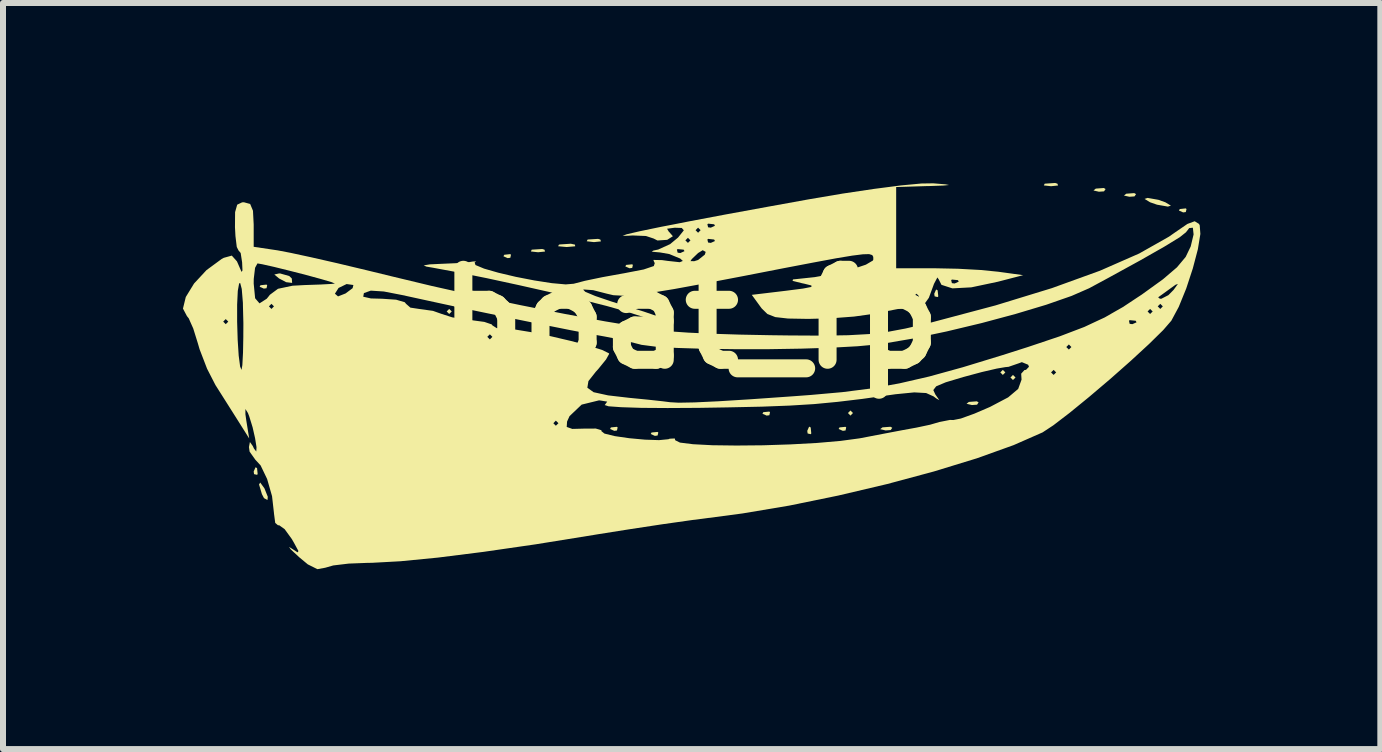
<source format=kicad_pcb>
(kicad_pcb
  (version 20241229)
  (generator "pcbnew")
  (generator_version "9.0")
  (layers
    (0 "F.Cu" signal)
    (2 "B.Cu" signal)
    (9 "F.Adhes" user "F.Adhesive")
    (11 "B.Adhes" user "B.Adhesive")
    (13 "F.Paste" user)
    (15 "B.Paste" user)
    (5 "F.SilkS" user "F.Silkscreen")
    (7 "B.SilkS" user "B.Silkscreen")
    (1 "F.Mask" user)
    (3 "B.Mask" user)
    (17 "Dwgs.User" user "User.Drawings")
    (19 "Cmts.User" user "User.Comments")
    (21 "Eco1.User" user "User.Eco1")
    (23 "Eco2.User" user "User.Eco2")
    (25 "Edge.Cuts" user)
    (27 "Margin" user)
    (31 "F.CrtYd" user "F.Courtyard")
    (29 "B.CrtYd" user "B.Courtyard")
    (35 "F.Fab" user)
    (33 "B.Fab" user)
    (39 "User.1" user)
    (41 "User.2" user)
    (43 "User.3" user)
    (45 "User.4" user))
  (footprint "boat_fp"
    (layer "F.Cu")
    (at 8.46 2.269)
    (property "Reference" "boat_fp" (at 0 0 0) (layer "F.SilkS") (effects (font (size 1.5 1.5) (thickness 0.3))))
    (attr board_only exclude_from_pos_files exclude_from_bom)
    (fp_poly (pts (xy -3.979 -0.127) (xy -4.022 -0.085) (xy -4.064 -0.127) (xy -4.022 -0.169)) (stroke (width 0) (type solid)) (fill yes) (layer "F.SilkS"))
    (fp_poly (pts (xy 2.709 1.566) (xy 2.667 1.609) (xy 2.625 1.566) (xy 2.667 1.524)) (stroke (width 0) (type solid)) (fill yes) (layer "F.SilkS"))
    (fp_poly (pts (xy 5.249 0.889) (xy 5.207 0.931) (xy 5.165 0.889) (xy 5.207 0.847)) (stroke (width 0) (type solid)) (fill yes) (layer "F.SilkS"))
    (fp_poly (pts (xy 5.419 0.974) (xy 5.376 1.016) (xy 5.334 0.974) (xy 5.376 0.931)) (stroke (width 0) (type solid)) (fill yes) (layer "F.SilkS"))
    (fp_poly (pts (xy -7.225 2.484) (xy -7.215 2.584) (xy -7.225 2.596) (xy -7.275 2.585) (xy -7.281 2.54) (xy -7.25 2.47)) (stroke (width 0) (type solid)) (fill yes) (layer "F.SilkS"))
    (fp_poly (pts (xy -7.056 -0.564) (xy -7.067 -0.514) (xy -7.112 -0.508) (xy -7.182 -0.539) (xy -7.168 -0.564) (xy -7.068 -0.575)) (stroke (width 0) (type solid)) (fill yes) (layer "F.SilkS"))
    (fp_poly (pts (xy -2.992 -1.072) (xy -3.003 -1.022) (xy -3.048 -1.016) (xy -3.118 -1.047) (xy -3.104 -1.072) (xy -3.004 -1.083)) (stroke (width 0) (type solid)) (fill yes) (layer "F.SilkS"))
    (fp_poly (pts (xy -2.434 -1.157) (xy -2.424 -1.126) (xy -2.54 -1.114) (xy -2.66 -1.127) (xy -2.646 -1.157) (xy -2.472 -1.168)) (stroke (width 0) (type solid)) (fill yes) (layer "F.SilkS"))
    (fp_poly (pts (xy -1.503 -1.326) (xy -1.492 -1.295) (xy -1.609 -1.283) (xy -1.729 -1.297) (xy -1.714 -1.326) (xy -1.541 -1.337)) (stroke (width 0) (type solid)) (fill yes) (layer "F.SilkS"))
    (fp_poly (pts (xy -1.214 1.806) (xy -1.225 1.857) (xy -1.27 1.863) (xy -1.34 1.832) (xy -1.326 1.806) (xy -1.226 1.796)) (stroke (width 0) (type solid)) (fill yes) (layer "F.SilkS"))
    (fp_poly (pts (xy -0.96 -0.903) (xy -0.971 -0.853) (xy -1.016 -0.847) (xy -1.086 -0.878) (xy -1.072 -0.903) (xy -0.972 -0.913)) (stroke (width 0) (type solid)) (fill yes) (layer "F.SilkS"))
    (fp_poly (pts (xy -0.536 1.891) (xy -0.548 1.941) (xy -0.593 1.947) (xy -0.662 1.916) (xy -0.649 1.891) (xy -0.549 1.881)) (stroke (width 0) (type solid)) (fill yes) (layer "F.SilkS"))
    (fp_poly (pts (xy 1.326 1.552) (xy 1.315 1.603) (xy 1.27 1.609) (xy 1.2 1.578) (xy 1.214 1.552) (xy 1.314 1.542)) (stroke (width 0) (type solid)) (fill yes) (layer "F.SilkS"))
    (fp_poly (pts (xy 2.004 1.806) (xy 2.014 1.907) (xy 2.004 1.919) (xy 1.953 1.907) (xy 1.947 1.863) (xy 1.978 1.793)) (stroke (width 0) (type solid)) (fill yes) (layer "F.SilkS"))
    (fp_poly (pts (xy 2.596 1.806) (xy 2.585 1.857) (xy 2.54 1.863) (xy 2.47 1.832) (xy 2.484 1.806) (xy 2.584 1.796)) (stroke (width 0) (type solid)) (fill yes) (layer "F.SilkS"))
    (fp_poly (pts (xy 3.364 1.812) (xy 3.338 1.85) (xy 3.253 1.856) (xy 3.162 1.835) (xy 3.201 1.805) (xy 3.334 1.795)) (stroke (width 0) (type solid)) (fill yes) (layer "F.SilkS"))
    (fp_poly (pts (xy 4.12 -0.48) (xy 4.131 -0.379) (xy 4.12 -0.367) (xy 4.07 -0.379) (xy 4.064 -0.423) (xy 4.095 -0.493)) (stroke (width 0) (type solid)) (fill yes) (layer "F.SilkS"))
    (fp_poly (pts (xy 4.803 1.388) (xy 4.778 1.427) (xy 4.692 1.433) (xy 4.602 1.412) (xy 4.641 1.381) (xy 4.773 1.371)) (stroke (width 0) (type solid)) (fill yes) (layer "F.SilkS"))
    (fp_poly (pts (xy 6.117 -2.257) (xy 6.128 -2.227) (xy 6.011 -2.215) (xy 5.891 -2.228) (xy 5.905 -2.257) (xy 6.079 -2.269)) (stroke (width 0) (type solid)) (fill yes) (layer "F.SilkS"))
    (fp_poly (pts (xy 6.92 -2.168) (xy 6.894 -2.129) (xy 6.809 -2.123) (xy 6.718 -2.144) (xy 6.757 -2.175) (xy 6.89 -2.185)) (stroke (width 0) (type solid)) (fill yes) (layer "F.SilkS"))
    (fp_poly (pts (xy 7.428 -2.083) (xy 7.402 -2.045) (xy 7.317 -2.039) (xy 7.226 -2.059) (xy 7.265 -2.09) (xy 7.398 -2.1)) (stroke (width 0) (type solid)) (fill yes) (layer "F.SilkS"))
    (fp_poly (pts (xy 8.269 -1.834) (xy 8.257 -1.784) (xy 8.213 -1.778) (xy 8.143 -1.809) (xy 8.156 -1.834) (xy 8.257 -1.845)) (stroke (width 0) (type solid)) (fill yes) (layer "F.SilkS"))
    (fp_poly (pts (xy -7.102 2.822) (xy -7.046 2.962) (xy -7.051 3.016) (xy -7.109 2.985) (xy -7.144 2.918) (xy -7.192 2.757) (xy -7.172 2.725)) (stroke (width 0) (type solid)) (fill yes) (layer "F.SilkS"))
    (fp_poly (pts (xy -6.689 -0.718) (xy -6.646 -0.677) (xy -6.64 -0.603) (xy -6.74 -0.615) (xy -6.858 -0.677) (xy -6.937 -0.743) (xy -6.861 -0.76) (xy -6.842 -0.761)) (stroke (width 0) (type solid)) (fill yes) (layer "F.SilkS"))
    (fp_poly (pts (xy -1.925 -1.241) (xy -1.922 -1.213) (xy -2.054 -1.202) (xy -2.074 -1.202) (xy -2.206 -1.214) (xy -2.193 -1.24) (xy -2.179 -1.244) (xy -1.994 -1.256)) (stroke (width 0) (type solid)) (fill yes) (layer "F.SilkS"))
    (fp_poly (pts (xy 7.801 -1.988) (xy 7.916 -1.947) (xy 8.009 -1.891) (xy 7.959 -1.875) (xy 7.777 -1.907) (xy 7.662 -1.947) (xy 7.57 -2.003) (xy 7.62 -2.02)) (stroke (width 0) (type solid)) (fill yes) (layer "F.SilkS"))
    (fp_poly (pts (xy 4.251 -2.246) (xy 4.311 -2.235) (xy 4.218 -2.226) (xy 3.964 -2.217) (xy 3.937 -2.217) (xy 3.429 -2.201) (xy 3.429 -1.524) (xy 3.429 -0.847) (xy 4.073 -0.847) (xy 4.459 -0.839) (xy 4.842 -0.818) (xy 5.132 -0.789) (xy 5.546 -0.732) (xy 5.122 -0.622) (xy 4.682 -0.529) (xy 4.366 -0.512) (xy 4.184 -0.571) (xy 4.145 -0.649) (xy 4.346 -0.649) (xy 4.358 -0.599) (xy 4.403 -0.593) (xy 4.472 -0.624) (xy 4.459 -0.649) (xy 4.359 -0.659) (xy 4.346 -0.649) (xy 4.145 -0.649) (xy 4.142 -0.656) (xy 4.116 -0.694) (xy 4.059 -0.586) (xy 4.046 -0.55) (xy 3.974 -0.355) (xy 3.91 -0.265) (xy 3.794 -0.227) (xy 3.672 -0.206) (xy 3.438 -0.164) (xy 3.138 -0.106) (xy 3.023 -0.083) (xy 2.728 -0.042) (xy 2.347 -0.013) (xy 1.964 -0.003) (xy 1.626 -0.009) (xy 1.414 -0.033) (xy 1.282 -0.085) (xy 1.188 -0.177) (xy 1.167 -0.205) (xy 1.039 -0.381) (xy 3.725 -0.381) (xy 3.768 -0.339) (xy 3.81 -0.381) (xy 3.768 -0.423) (xy 3.725 -0.381) (xy 1.039 -0.381) (xy 1.022 -0.404) (xy 1.591 -0.472) (xy 1.879 -0.509) (xy 2.016 -0.536) (xy 2.016 -0.56) (xy 1.897 -0.59) (xy 1.863 -0.597) (xy 1.702 -0.637) (xy 1.709 -0.661) (xy 1.759 -0.666) (xy 2.069 -0.699) (xy 2.395 -0.757) (xy 2.694 -0.83) (xy 2.924 -0.907) (xy 3.041 -0.976) (xy 3.048 -0.993) (xy 3.047 -1.037) (xy 3.03 -1.067) (xy 2.978 -1.083) (xy 2.874 -1.08) (xy 2.698 -1.058) (xy 2.432 -1.014) (xy 2.056 -0.944) (xy 1.553 -0.848) (xy 0.902 -0.721) (xy 0.871 -0.715) (xy 0.226 -0.592) (xy -0.275 -0.5) (xy -0.654 -0.438) (xy -0.934 -0.402) (xy -1.137 -0.39) (xy -1.286 -0.398) (xy -1.401 -0.425) (xy -1.404 -0.426) (xy -1.622 -0.482) (xy -1.776 -0.493) (xy -1.788 -0.49) (xy -1.754 -0.455) (xy -1.588 -0.385) (xy -1.318 -0.293) (xy -1.11 -0.228) (xy -0.778 -0.125) (xy -0.518 -0.036) (xy -0.365 0.025) (xy -0.339 0.044) (xy -0.351 0.07) (xy -0.409 0.07) (xy -0.541 0.039) (xy -0.778 -0.033) (xy -1.101 -0.135) (xy -1.395 -0.218) (xy -1.814 -0.324) (xy -2.315 -0.443) (xy -2.856 -0.565) (xy -3.396 -0.682) (xy -3.893 -0.782) (xy -4.303 -0.858) (xy -4.403 -0.875) (xy -4.447 -0.895) (xy -4.345 -0.912) (xy -4.177 -0.92) (xy -3.903 -0.932) (xy -3.692 -0.949) (xy -3.626 -0.96) (xy -3.571 -0.962) (xy -3.598 -0.944) (xy -3.584 -0.901) (xy -3.44 -0.841) (xy -3.203 -0.773) (xy -2.911 -0.704) (xy -2.602 -0.644) (xy -2.312 -0.599) (xy -2.08 -0.578) (xy -1.947 -0.589) (xy -1.759 -0.638) (xy -1.466 -0.699) (xy -1.129 -0.76) (xy -1.111 -0.763) (xy -0.78 -0.827) (xy -0.611 -0.884) (xy -0.594 -0.937) (xy -0.603 -0.944) (xy -0.618 -0.986) (xy -0.474 -0.983) (xy -0.381 -0.97) (xy -0.179 -0.948) (xy -0.134 -0.966) (xy 0 -0.966) (xy 0.064 -0.965) (xy 0.127 -0.985) (xy 0.239 -1.074) (xy 0.254 -1.12) (xy 0.204 -1.148) (xy 0.127 -1.101) (xy 0.022 -1) (xy 0 -0.966) (xy -0.134 -0.966) (xy -0.127 -0.969) (xy -0.169 -1.008) (xy -0.353 -1.084) (xy -0.508 -1.111) (xy -0.645 -1.123) (xy -0.619 -1.142) (xy -0.548 -1.157) (xy -0.226 -1.157) (xy -0.214 -1.107) (xy -0.169 -1.101) (xy -0.1 -1.132) (xy -0.113 -1.157) (xy -0.213 -1.167) (xy -0.226 -1.157) (xy -0.548 -1.157) (xy -0.538 -1.159) (xy -0.34 -1.249) (xy -0.264 -1.312) (xy -0.085 -1.312) (xy -0.042 -1.27) (xy 0 -1.312) (xy -0.014 -1.326) (xy 0.282 -1.326) (xy 0.294 -1.276) (xy 0.339 -1.27) (xy 0.408 -1.301) (xy 0.395 -1.326) (xy 0.295 -1.337) (xy 0.282 -1.326) (xy -0.014 -1.326) (xy -0.042 -1.355) (xy -0.085 -1.312) (xy -0.264 -1.312) (xy -0.207 -1.359) (xy -0.111 -1.479) (xy -0.113 -1.482) (xy 0.085 -1.482) (xy 0.127 -1.439) (xy 0.169 -1.482) (xy 0.127 -1.524) (xy 0.085 -1.482) (xy -0.113 -1.482) (xy -0.145 -1.519) (xy -0.262 -1.523) (xy -0.39 -1.506) (xy -0.359 -1.454) (xy -0.353 -1.45) (xy -0.293 -1.381) (xy -0.388 -1.321) (xy -0.55 -1.31) (xy -0.615 -1.343) (xy -0.742 -1.385) (xy -0.965 -1.394) (xy -1.045 -1.389) (xy -1.132 -1.388) (xy -1.062 -1.414) (xy -0.846 -1.464) (xy -0.494 -1.537) (xy -0.271 -1.58) (xy 0.282 -1.58) (xy 0.294 -1.53) (xy 0.339 -1.524) (xy 0.408 -1.555) (xy 0.395 -1.58) (xy 0.295 -1.591) (xy 0.282 -1.58) (xy -0.271 -1.58) (xy -0.017 -1.63) (xy 0.576 -1.742) (xy 1.275 -1.87) (xy 1.971 -1.996) (xy 2.537 -2.092) (xy 3.06 -2.17) (xy 3.508 -2.228) (xy 3.85 -2.26) (xy 4.046 -2.263)) (stroke (width 0) (type solid)) (fill yes) (layer "F.SilkS"))
    (fp_poly (pts (xy -7.34 -1.919) (xy -7.293 -1.806) (xy -7.281 -1.576) (xy -7.281 -1.205) (xy -6.879 -1.145) (xy -6.665 -1.104) (xy -6.322 -1.03) (xy -5.887 -0.931) (xy -5.397 -0.814) (xy -4.995 -0.716) (xy -4.312 -0.552) (xy -3.578 -0.388) (xy -2.828 -0.231) (xy -2.096 -0.086) (xy -1.418 0.039) (xy -0.828 0.136) (xy -0.361 0.2) (xy -0.296 0.208) (xy -0.036 0.226) (xy 0.351 0.244) (xy 0.823 0.259) (xy 1.339 0.269) (xy 1.651 0.273) (xy 2.204 0.276) (xy 2.631 0.269) (xy 2.975 0.25) (xy 3.277 0.215) (xy 3.582 0.158) (xy 3.931 0.077) (xy 4.017 0.056) (xy 5.085 -0.228) (xy 6.025 -0.516) (xy 6.826 -0.806) (xy 7.48 -1.093) (xy 7.977 -1.374) (xy 8.074 -1.442) (xy 8.284 -1.586) (xy 8.405 -1.631) (xy 8.475 -1.588) (xy 8.489 -1.566) (xy 8.5 -1.419) (xy 8.458 -1.163) (xy 8.374 -0.844) (xy 8.264 -0.509) (xy 8.14 -0.204) (xy 8.017 0.025) (xy 8.016 0.027) (xy 7.881 0.183) (xy 7.645 0.415) (xy 7.339 0.697) (xy 6.995 1.001) (xy 6.644 1.299) (xy 6.318 1.565) (xy 6.049 1.771) (xy 5.868 1.89) (xy 5.865 1.891) (xy 5.387 2.101) (xy 4.774 2.321) (xy 4.059 2.54) (xy 3.278 2.75) (xy 2.463 2.942) (xy 1.648 3.109) (xy 0.868 3.24) (xy 0.423 3.299) (xy 0.028 3.35) (xy -0.473 3.421) (xy -1.019 3.504) (xy -1.549 3.588) (xy -1.609 3.598) (xy -2.582 3.755) (xy -3.454 3.881) (xy -4.21 3.976) (xy -4.834 4.037) (xy -5.31 4.063) (xy -5.386 4.064) (xy -5.697 4.076) (xy -5.955 4.107) (xy -6.088 4.145) (xy -6.219 4.169) (xy -6.379 4.089) (xy -6.527 3.966) (xy -6.662 3.84) (xy -6.692 3.798) (xy -6.652 3.822) (xy -6.549 3.889) (xy -6.535 3.867) (xy -6.608 3.732) (xy -6.646 3.666) (xy -6.765 3.502) (xy -6.859 3.435) (xy -6.874 3.439) (xy -6.922 3.398) (xy -6.943 3.239) (xy -6.943 3.235) (xy -6.975 2.952) (xy -7.057 2.666) (xy -7.166 2.439) (xy -7.253 2.345) (xy -7.349 2.21) (xy -7.36 2.134) (xy -7.344 2.049) (xy -7.297 2.115) (xy -7.276 2.159) (xy -7.238 2.208) (xy -7.234 2.135) (xy -7.258 1.985) (xy -7.3 1.8) (xy -7.301 1.798) (xy -2.063 1.798) (xy -1.97 1.831) (xy -1.775 1.826) (xy -1.578 1.825) (xy -1.484 1.853) (xy -1.485 1.868) (xy -1.433 1.909) (xy -1.262 1.951) (xy -1.02 1.986) (xy -0.758 2.01) (xy -0.524 2.018) (xy -0.369 2.003) (xy -0.345 1.994) (xy -0.262 1.99) (xy -0.254 2.02) (xy -0.175 2.059) (xy 0.042 2.086) (xy 0.366 2.103) (xy 0.766 2.108) (xy 1.21 2.104) (xy 1.668 2.089) (xy 2.109 2.065) (xy 2.501 2.031) (xy 2.813 1.989) (xy 2.847 1.983) (xy 3.2 1.915) (xy 3.521 1.854) (xy 3.746 1.813) (xy 3.768 1.809) (xy 3.994 1.761) (xy 4.149 1.716) (xy 4.326 1.681) (xy 4.381 1.683) (xy 4.507 1.658) (xy 4.734 1.576) (xy 4.994 1.464) (xy 5.296 1.305) (xy 5.463 1.164) (xy 5.519 1.01) (xy 5.513 0.91) (xy 5.532 0.889) (xy 6.011 0.889) (xy 6.054 0.931) (xy 6.096 0.889) (xy 6.054 0.847) (xy 6.011 0.889) (xy 5.532 0.889) (xy 5.568 0.849) (xy 5.593 0.847) (xy 5.643 0.795) (xy 5.629 0.761) (xy 5.524 0.718) (xy 5.476 0.736) (xy 5.302 0.796) (xy 5.249 0.801) (xy 5.107 0.825) (xy 4.857 0.883) (xy 4.552 0.965) (xy 4.551 0.965) (xy 4.255 1.054) (xy 4.096 1.121) (xy 4.048 1.183) (xy 4.083 1.259) (xy 4.085 1.261) (xy 4.149 1.352) (xy 4.096 1.322) (xy 4.053 1.289) (xy 3.929 1.233) (xy 3.731 1.222) (xy 3.417 1.253) (xy 3.333 1.265) (xy 2.862 1.331) (xy 2.452 1.38) (xy 2.064 1.417) (xy 1.657 1.442) (xy 1.189 1.46) (xy 0.622 1.472) (xy 0.14 1.48) (xy -0.381 1.483) (xy -0.819 1.48) (xy -1.154 1.469) (xy -1.365 1.454) (xy -1.43 1.433) (xy -1.426 1.429) (xy -1.388 1.376) (xy -1.509 1.356) (xy -1.529 1.356) (xy -1.814 1.426) (xy -2.016 1.618) (xy -2.057 1.708) (xy -2.063 1.798) (xy -7.301 1.798) (xy -7.32 1.736) (xy -2.286 1.736) (xy -2.244 1.778) (xy -2.201 1.736) (xy -2.244 1.693) (xy -2.286 1.736) (xy -7.32 1.736) (xy -7.355 1.623) (xy -7.377 1.566) (xy -7.419 1.499) (xy -7.419 1.586) (xy -7.404 1.693) (xy -7.356 1.99) (xy -7.543 1.693) (xy -7.722 1.41) (xy -7.905 1.121) (xy -7.918 1.101) (xy -8.058 0.828) (xy -8.183 0.503) (xy -8.213 0.4) (xy -8.289 0.156) (xy -8.34 0.042) (xy -7.789 0.042) (xy -7.747 0.085) (xy -7.708 0.046) (xy -7.557 0.046) (xy -7.548 0.346) (xy -7.531 0.61) (xy -7.507 0.792) (xy -7.484 0.847) (xy -7.47 0.768) (xy -7.459 0.558) (xy -7.454 0.296) (xy -3.387 0.296) (xy -3.344 0.339) (xy -3.302 0.296) (xy -3.344 0.254) (xy -3.387 0.296) (xy -7.454 0.296) (xy -7.454 0.252) (xy -7.453 0.113) (xy -3.782 0.113) (xy -3.77 0.163) (xy -3.725 0.169) (xy -3.656 0.138) (xy -3.669 0.113) (xy -3.769 0.103) (xy -3.782 0.113) (xy -7.453 0.113) (xy -7.453 0.064) (xy -7.46 -0.212) (xy -7.027 -0.212) (xy -6.985 -0.169) (xy -6.943 -0.212) (xy -6.985 -0.254) (xy -7.027 -0.212) (xy -7.46 -0.212) (xy -7.461 -0.271) (xy -7.48 -0.502) (xy -7.504 -0.593) (xy -7.281 -0.593) (xy -7.257 -0.347) (xy -7.184 -0.262) (xy -7.064 -0.339) (xy -7.036 -0.373) (xy -5.455 -0.373) (xy -5.327 -0.344) (xy -5.139 -0.339) (xy -4.906 -0.323) (xy -4.763 -0.281) (xy -4.741 -0.254) (xy -4.669 -0.191) (xy -4.524 -0.169) (xy -4.293 -0.137) (xy -4.154 -0.088) (xy -3.972 -0.029) (xy -3.715 0.013) (xy -3.652 0.018) (xy -3.436 0.047) (xy -3.313 0.089) (xy -3.302 0.105) (xy -3.23 0.151) (xy -3.111 0.159) (xy -2.93 0.173) (xy -2.656 0.218) (xy -2.332 0.285) (xy -2 0.363) (xy -1.699 0.443) (xy -1.472 0.515) (xy -1.36 0.57) (xy -1.355 0.579) (xy -1.407 0.673) (xy -1.537 0.833) (xy -1.578 0.878) (xy -1.701 1.034) (xy -1.719 1.144) (xy -1.615 1.219) (xy -1.373 1.272) (xy -1.019 1.313) (xy -0.713 1.343) (xy -0.465 1.37) (xy -0.339 1.386) (xy -0.196 1.394) (xy 0.07 1.389) (xy 0.47 1.37) (xy 1.013 1.336) (xy 1.71 1.287) (xy 2.004 1.265) (xy 2.531 1.218) (xy 3.011 1.157) (xy 3.482 1.072) (xy 3.981 0.957) (xy 4.543 0.802) (xy 5.207 0.599) (xy 5.624 0.466) (xy 6.265 0.466) (xy 6.308 0.508) (xy 6.35 0.466) (xy 6.308 0.423) (xy 6.265 0.466) (xy 5.624 0.466) (xy 5.63 0.464) (xy 6.157 0.287) (xy 6.566 0.131) (xy 6.786 0.028) (xy 7.31 0.028) (xy 7.321 0.079) (xy 7.366 0.085) (xy 7.436 0.054) (xy 7.422 0.028) (xy 7.322 0.018) (xy 7.31 0.028) (xy 6.786 0.028) (xy 6.905 -0.027) (xy 7.079 -0.127) (xy 7.62 -0.127) (xy 7.662 -0.085) (xy 7.705 -0.127) (xy 7.662 -0.169) (xy 7.62 -0.127) (xy 7.079 -0.127) (xy 7.22 -0.207) (xy 7.226 -0.212) (xy 7.789 -0.212) (xy 7.832 -0.169) (xy 7.874 -0.212) (xy 7.832 -0.254) (xy 7.789 -0.212) (xy 7.226 -0.212) (xy 7.454 -0.363) (xy 7.796 -0.363) (xy 7.824 -0.34) (xy 7.85 -0.339) (xy 7.967 -0.399) (xy 8.054 -0.487) (xy 8.126 -0.586) (xy 8.086 -0.572) (xy 8.001 -0.511) (xy 7.858 -0.407) (xy 7.796 -0.363) (xy 7.454 -0.363) (xy 7.524 -0.409) (xy 7.876 -0.663) (xy 8.11 -0.863) (xy 8.255 -1.036) (xy 8.339 -1.211) (xy 8.387 -1.411) (xy 8.375 -1.523) (xy 8.314 -1.517) (xy 8.26 -1.447) (xy 8.157 -1.365) (xy 7.904 -1.21) (xy 7.504 -0.982) (xy 6.959 -0.683) (xy 6.646 -0.514) (xy 6.353 -0.386) (xy 5.931 -0.239) (xy 5.418 -0.085) (xy 4.852 0.067) (xy 4.271 0.206) (xy 3.713 0.324) (xy 3.216 0.409) (xy 3.121 0.422) (xy 2.786 0.453) (xy 2.349 0.477) (xy 1.841 0.493) (xy 1.296 0.502) (xy 0.748 0.502) (xy 0.229 0.495) (xy -0.227 0.481) (xy -0.587 0.459) (xy -0.818 0.429) (xy -0.847 0.421) (xy -1.149 0.345) (xy -1.439 0.289) (xy -1.651 0.251) (xy -1.993 0.186) (xy -2.428 0.099) (xy -2.92 -0.001) (xy -3.434 -0.107) (xy -3.934 -0.211) (xy -4.382 -0.308) (xy -4.744 -0.387) (xy -4.762 -0.392) (xy -5.112 -0.46) (xy -5.329 -0.474) (xy -5.442 -0.434) (xy -5.444 -0.432) (xy -5.455 -0.373) (xy -7.036 -0.373) (xy -7.011 -0.405) (xy -6.987 -0.423) (xy -5.927 -0.423) (xy -5.875 -0.378) (xy -5.75 -0.427) (xy -5.632 -0.515) (xy -5.619 -0.568) (xy -5.732 -0.584) (xy -5.866 -0.519) (xy -5.927 -0.423) (xy -6.987 -0.423) (xy -6.876 -0.505) (xy -6.634 -0.556) (xy -6.435 -0.567) (xy -6.17 -0.576) (xy -5.983 -0.586) (xy -5.927 -0.592) (xy -5.983 -0.616) (xy -6.157 -0.667) (xy -6.406 -0.735) (xy -6.683 -0.806) (xy -6.942 -0.87) (xy -7.138 -0.914) (xy -7.218 -0.928) (xy -7.258 -0.855) (xy -7.28 -0.669) (xy -7.281 -0.593) (xy -7.504 -0.593) (xy -7.507 -0.602) (xy -7.524 -0.593) (xy -7.546 -0.47) (xy -7.557 -0.242) (xy -7.557 0.046) (xy -7.708 0.046) (xy -7.705 0.042) (xy -7.747 0) (xy -7.789 0.042) (xy -8.34 0.042) (xy -8.363 -0.011) (xy -8.394 -0.05) (xy -8.46 -0.175) (xy -8.413 -0.368) (xy -8.275 -0.593) (xy -8.068 -0.816) (xy -7.815 -1.002) (xy -7.78 -1.021) (xy -7.646 -1.058) (xy -7.56 -0.962) (xy -7.539 -0.914) (xy -7.483 -0.786) (xy -7.468 -0.811) (xy -7.474 -0.946) (xy -7.498 -1.102) (xy -7.534 -1.144) (xy -7.563 -1.202) (xy -7.585 -1.383) (xy -7.593 -1.531) (xy -7.591 -1.783) (xy -7.556 -1.907) (xy -7.474 -1.946) (xy -7.443 -1.947)) (stroke (width 0) (type solid)) (fill yes) (layer "F.SilkS")))
  (gr_rect
    (start -3 -3)
    (end 19.96 9.437)
    (stroke (width 0.1) (type default))
    (fill no)
    (layer "Edge.Cuts")))
</source>
